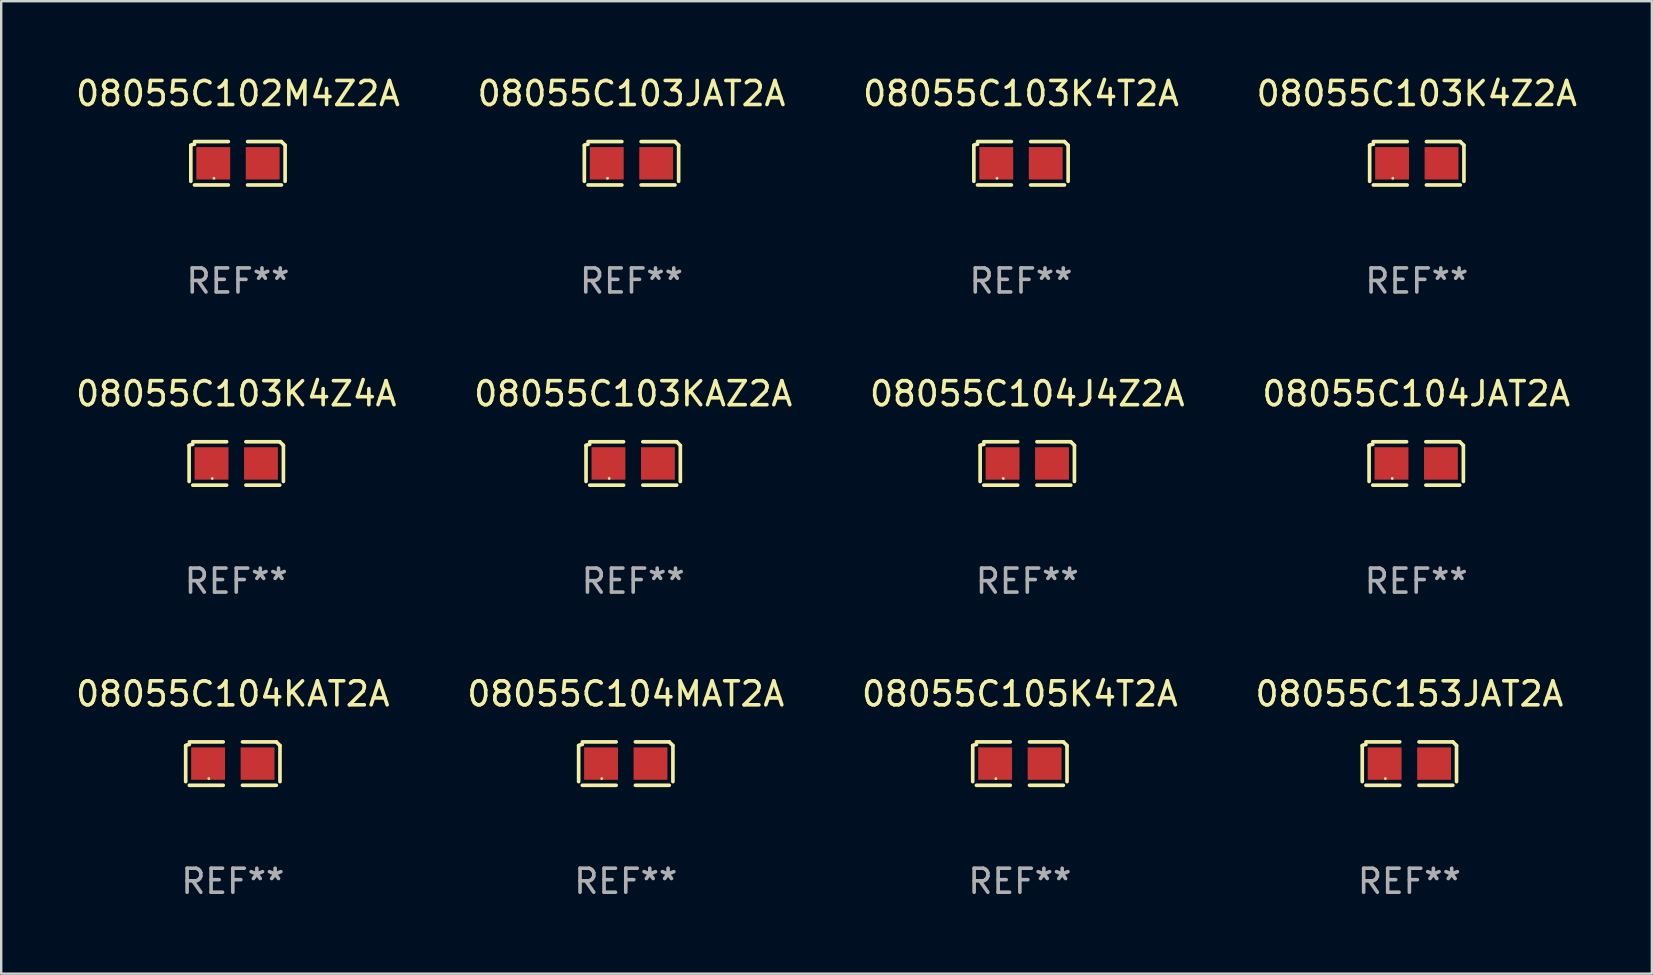
<source format=kicad_pcb>
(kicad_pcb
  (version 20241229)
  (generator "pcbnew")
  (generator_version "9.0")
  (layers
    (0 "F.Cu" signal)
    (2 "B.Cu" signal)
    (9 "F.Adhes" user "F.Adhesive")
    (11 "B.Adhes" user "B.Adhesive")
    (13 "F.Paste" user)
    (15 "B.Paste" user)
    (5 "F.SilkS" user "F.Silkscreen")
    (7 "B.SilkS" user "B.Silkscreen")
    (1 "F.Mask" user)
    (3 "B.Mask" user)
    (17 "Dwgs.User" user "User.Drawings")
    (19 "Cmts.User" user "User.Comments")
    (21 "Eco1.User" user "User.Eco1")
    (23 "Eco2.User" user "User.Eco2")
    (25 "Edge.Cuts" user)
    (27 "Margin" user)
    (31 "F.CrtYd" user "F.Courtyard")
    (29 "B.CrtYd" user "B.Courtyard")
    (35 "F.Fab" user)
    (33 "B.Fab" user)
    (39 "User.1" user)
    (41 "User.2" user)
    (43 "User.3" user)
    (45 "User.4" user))
  (footprint "08055C105K4T2A"
    (layer "F.Cu")
    (at 39.435 28.759)
    (property "Reference" "08055C105K4T2A" (at 0 -2.904 0) (layer "F.SilkS") (effects (font (size 1 1) (thickness 0.15))))
    (attr through_hole)
    (fp_line (start -1.964 0.751) (end -1.964 -0.751) (stroke (width 0.152) (type solid)) (layer "F.SilkS"))
    (fp_line (start -1.811 -0.904) (end -0.401 -0.904) (stroke (width 0.152) (type solid)) (layer "F.SilkS"))
    (fp_line (start -0.401 0.904) (end -1.811 0.904) (stroke (width 0.152) (type solid)) (layer "F.SilkS"))
    (fp_line (start 0.401 0.904) (end 1.811 0.904) (stroke (width 0.152) (type solid)) (layer "F.SilkS"))
    (fp_line (start 1.811 -0.904) (end 0.401 -0.904) (stroke (width 0.152) (type solid)) (layer "F.SilkS"))
    (fp_line (start 1.964 0.751) (end 1.964 -0.751) (stroke (width 0.152) (type solid)) (layer "F.SilkS"))
    (fp_arc (start -1.963602 -0.751207) (mid -1.890354 -0.783131) (end -1.811201 -0.794044) (stroke (width 0.1524) (type solid)) (layer "F.SilkS"))
    (fp_arc (start 1.811202 -0.903607) (mid 1.887413 -0.827418) (end 1.963602 -0.751207) (stroke (width 0.1524) (type solid)) (layer "F.SilkS"))
    (fp_circle (center -1 0.625) (end -0.97 0.625) (stroke (width 0.06) (type solid)) (fill no) (layer "F.SilkS"))
    (fp_text user "REF**" (at 0 4.904 0) (layer "F.Fab") (effects (font (size 1 1) (thickness 0.15))))
    (pad "1" smd rect (at -1.03 0) (size 1.41 1.35) (layers "F.Cu" "F.Mask" "F.Paste"))
    (pad "2" smd rect (at 1.03 0) (size 1.41 1.35) (layers "F.Cu" "F.Mask" "F.Paste")))
  (footprint "08055C102M4Z2A"
    (layer "F.Cu")
    (at 6.863 3.752)
    (property "Reference" "08055C102M4Z2A" (at 0 -2.904 0) (layer "F.SilkS") (effects (font (size 1 1) (thickness 0.15))))
    (attr through_hole)
    (fp_line (start -1.964 0.751) (end -1.964 -0.751) (stroke (width 0.152) (type solid)) (layer "F.SilkS"))
    (fp_line (start -1.811 -0.904) (end -0.401 -0.904) (stroke (width 0.152) (type solid)) (layer "F.SilkS"))
    (fp_line (start -0.401 0.904) (end -1.811 0.904) (stroke (width 0.152) (type solid)) (layer "F.SilkS"))
    (fp_line (start 0.401 0.904) (end 1.811 0.904) (stroke (width 0.152) (type solid)) (layer "F.SilkS"))
    (fp_line (start 1.811 -0.904) (end 0.401 -0.904) (stroke (width 0.152) (type solid)) (layer "F.SilkS"))
    (fp_line (start 1.964 0.751) (end 1.964 -0.751) (stroke (width 0.152) (type solid)) (layer "F.SilkS"))
    (fp_arc (start -1.963602 -0.751207) (mid -1.890354 -0.783131) (end -1.811201 -0.794044) (stroke (width 0.1524) (type solid)) (layer "F.SilkS"))
    (fp_arc (start 1.811202 -0.903607) (mid 1.887413 -0.827418) (end 1.963602 -0.751207) (stroke (width 0.1524) (type solid)) (layer "F.SilkS"))
    (fp_circle (center -1 0.625) (end -0.97 0.625) (stroke (width 0.06) (type solid)) (fill no) (layer "F.SilkS"))
    (fp_text user "REF**" (at 0 4.904 0) (layer "F.Fab") (effects (font (size 1 1) (thickness 0.15))))
    (pad "1" smd rect (at -1.03 0) (size 1.41 1.35) (layers "F.Cu" "F.Mask" "F.Paste"))
    (pad "2" smd rect (at 1.03 0) (size 1.41 1.35) (layers "F.Cu" "F.Mask" "F.Paste")))
  (footprint "08055C104JAT2A"
    (layer "F.Cu")
    (at 55.946 16.256)
    (property "Reference" "08055C104JAT2A" (at 0 -2.904 0) (layer "F.SilkS") (effects (font (size 1 1) (thickness 0.15))))
    (attr through_hole)
    (fp_line (start -1.964 0.751) (end -1.964 -0.751) (stroke (width 0.152) (type solid)) (layer "F.SilkS"))
    (fp_line (start -1.811 -0.904) (end -0.401 -0.904) (stroke (width 0.152) (type solid)) (layer "F.SilkS"))
    (fp_line (start -0.401 0.904) (end -1.811 0.904) (stroke (width 0.152) (type solid)) (layer "F.SilkS"))
    (fp_line (start 0.401 0.904) (end 1.811 0.904) (stroke (width 0.152) (type solid)) (layer "F.SilkS"))
    (fp_line (start 1.811 -0.904) (end 0.401 -0.904) (stroke (width 0.152) (type solid)) (layer "F.SilkS"))
    (fp_line (start 1.964 0.751) (end 1.964 -0.751) (stroke (width 0.152) (type solid)) (layer "F.SilkS"))
    (fp_arc (start -1.963602 -0.751207) (mid -1.890354 -0.783131) (end -1.811201 -0.794044) (stroke (width 0.1524) (type solid)) (layer "F.SilkS"))
    (fp_arc (start 1.811202 -0.903607) (mid 1.887413 -0.827418) (end 1.963602 -0.751207) (stroke (width 0.1524) (type solid)) (layer "F.SilkS"))
    (fp_circle (center -1 0.625) (end -0.97 0.625) (stroke (width 0.06) (type solid)) (fill no) (layer "F.SilkS"))
    (fp_text user "REF**" (at 0 4.904 0) (layer "F.Fab") (effects (font (size 1 1) (thickness 0.15))))
    (pad "1" smd rect (at -1.03 0) (size 1.41 1.35) (layers "F.Cu" "F.Mask" "F.Paste"))
    (pad "2" smd rect (at 1.03 0) (size 1.41 1.35) (layers "F.Cu" "F.Mask" "F.Paste")))
  (footprint "08055C153JAT2A"
    (layer "F.Cu")
    (at 55.661 28.759)
    (property "Reference" "08055C153JAT2A" (at 0 -2.904 0) (layer "F.SilkS") (effects (font (size 1 1) (thickness 0.15))))
    (attr through_hole)
    (fp_line (start -1.964 0.751) (end -1.964 -0.751) (stroke (width 0.152) (type solid)) (layer "F.SilkS"))
    (fp_line (start -1.811 -0.904) (end -0.401 -0.904) (stroke (width 0.152) (type solid)) (layer "F.SilkS"))
    (fp_line (start -0.401 0.904) (end -1.811 0.904) (stroke (width 0.152) (type solid)) (layer "F.SilkS"))
    (fp_line (start 0.401 0.904) (end 1.811 0.904) (stroke (width 0.152) (type solid)) (layer "F.SilkS"))
    (fp_line (start 1.811 -0.904) (end 0.401 -0.904) (stroke (width 0.152) (type solid)) (layer "F.SilkS"))
    (fp_line (start 1.964 0.751) (end 1.964 -0.751) (stroke (width 0.152) (type solid)) (layer "F.SilkS"))
    (fp_arc (start -1.963602 -0.751207) (mid -1.890354 -0.783131) (end -1.811201 -0.794044) (stroke (width 0.1524) (type solid)) (layer "F.SilkS"))
    (fp_arc (start 1.811202 -0.903607) (mid 1.887413 -0.827418) (end 1.963602 -0.751207) (stroke (width 0.1524) (type solid)) (layer "F.SilkS"))
    (fp_circle (center -1 0.625) (end -0.97 0.625) (stroke (width 0.06) (type solid)) (fill no) (layer "F.SilkS"))
    (fp_text user "REF**" (at 0 4.904 0) (layer "F.Fab") (effects (font (size 1 1) (thickness 0.15))))
    (pad "1" smd rect (at -1.03 0) (size 1.41 1.35) (layers "F.Cu" "F.Mask" "F.Paste"))
    (pad "2" smd rect (at 1.03 0) (size 1.41 1.35) (layers "F.Cu" "F.Mask" "F.Paste")))
  (footprint "08055C103KAZ2A"
    (layer "F.Cu")
    (at 23.327 16.256)
    (property "Reference" "08055C103KAZ2A" (at 0 -2.904 0) (layer "F.SilkS") (effects (font (size 1 1) (thickness 0.15))))
    (attr through_hole)
    (fp_line (start -1.964 0.751) (end -1.964 -0.751) (stroke (width 0.152) (type solid)) (layer "F.SilkS"))
    (fp_line (start -1.811 -0.904) (end -0.401 -0.904) (stroke (width 0.152) (type solid)) (layer "F.SilkS"))
    (fp_line (start -0.401 0.904) (end -1.811 0.904) (stroke (width 0.152) (type solid)) (layer "F.SilkS"))
    (fp_line (start 0.401 0.904) (end 1.811 0.904) (stroke (width 0.152) (type solid)) (layer "F.SilkS"))
    (fp_line (start 1.811 -0.904) (end 0.401 -0.904) (stroke (width 0.152) (type solid)) (layer "F.SilkS"))
    (fp_line (start 1.964 0.751) (end 1.964 -0.751) (stroke (width 0.152) (type solid)) (layer "F.SilkS"))
    (fp_arc (start -1.963602 -0.751207) (mid -1.890354 -0.783131) (end -1.811201 -0.794044) (stroke (width 0.1524) (type solid)) (layer "F.SilkS"))
    (fp_arc (start 1.811202 -0.903607) (mid 1.887413 -0.827418) (end 1.963602 -0.751207) (stroke (width 0.1524) (type solid)) (layer "F.SilkS"))
    (fp_circle (center -1 0.625) (end -0.97 0.625) (stroke (width 0.06) (type solid)) (fill no) (layer "F.SilkS"))
    (fp_text user "REF**" (at 0 4.904 0) (layer "F.Fab") (effects (font (size 1 1) (thickness 0.15))))
    (pad "1" smd rect (at -1.03 0) (size 1.41 1.35) (layers "F.Cu" "F.Mask" "F.Paste"))
    (pad "2" smd rect (at 1.03 0) (size 1.41 1.35) (layers "F.Cu" "F.Mask" "F.Paste")))
  (footprint "08055C104J4Z2A"
    (layer "F.Cu")
    (at 39.744 16.256)
    (property "Reference" "08055C104J4Z2A" (at 0 -2.904 0) (layer "F.SilkS") (effects (font (size 1 1) (thickness 0.15))))
    (attr through_hole)
    (fp_line (start -1.964 0.751) (end -1.964 -0.751) (stroke (width 0.152) (type solid)) (layer "F.SilkS"))
    (fp_line (start -1.811 -0.904) (end -0.401 -0.904) (stroke (width 0.152) (type solid)) (layer "F.SilkS"))
    (fp_line (start -0.401 0.904) (end -1.811 0.904) (stroke (width 0.152) (type solid)) (layer "F.SilkS"))
    (fp_line (start 0.401 0.904) (end 1.811 0.904) (stroke (width 0.152) (type solid)) (layer "F.SilkS"))
    (fp_line (start 1.811 -0.904) (end 0.401 -0.904) (stroke (width 0.152) (type solid)) (layer "F.SilkS"))
    (fp_line (start 1.964 0.751) (end 1.964 -0.751) (stroke (width 0.152) (type solid)) (layer "F.SilkS"))
    (fp_arc (start -1.963602 -0.751207) (mid -1.890354 -0.783131) (end -1.811201 -0.794044) (stroke (width 0.1524) (type solid)) (layer "F.SilkS"))
    (fp_arc (start 1.811202 -0.903607) (mid 1.887413 -0.827418) (end 1.963602 -0.751207) (stroke (width 0.1524) (type solid)) (layer "F.SilkS"))
    (fp_circle (center -1 0.625) (end -0.97 0.625) (stroke (width 0.06) (type solid)) (fill no) (layer "F.SilkS"))
    (fp_text user "REF**" (at 0 4.904 0) (layer "F.Fab") (effects (font (size 1 1) (thickness 0.15))))
    (pad "1" smd rect (at -1.03 0) (size 1.41 1.35) (layers "F.Cu" "F.Mask" "F.Paste"))
    (pad "2" smd rect (at 1.03 0) (size 1.41 1.35) (layers "F.Cu" "F.Mask" "F.Paste")))
  (footprint "08055C103JAT2A"
    (layer "F.Cu")
    (at 23.256 3.752)
    (property "Reference" "08055C103JAT2A" (at 0 -2.904 0) (layer "F.SilkS") (effects (font (size 1 1) (thickness 0.15))))
    (attr through_hole)
    (fp_line (start -1.964 0.751) (end -1.964 -0.751) (stroke (width 0.152) (type solid)) (layer "F.SilkS"))
    (fp_line (start -1.811 -0.904) (end -0.401 -0.904) (stroke (width 0.152) (type solid)) (layer "F.SilkS"))
    (fp_line (start -0.401 0.904) (end -1.811 0.904) (stroke (width 0.152) (type solid)) (layer "F.SilkS"))
    (fp_line (start 0.401 0.904) (end 1.811 0.904) (stroke (width 0.152) (type solid)) (layer "F.SilkS"))
    (fp_line (start 1.811 -0.904) (end 0.401 -0.904) (stroke (width 0.152) (type solid)) (layer "F.SilkS"))
    (fp_line (start 1.964 0.751) (end 1.964 -0.751) (stroke (width 0.152) (type solid)) (layer "F.SilkS"))
    (fp_arc (start -1.963602 -0.751207) (mid -1.890354 -0.783131) (end -1.811201 -0.794044) (stroke (width 0.1524) (type solid)) (layer "F.SilkS"))
    (fp_arc (start 1.811202 -0.903607) (mid 1.887413 -0.827418) (end 1.963602 -0.751207) (stroke (width 0.1524) (type solid)) (layer "F.SilkS"))
    (fp_circle (center -1 0.625) (end -0.97 0.625) (stroke (width 0.06) (type solid)) (fill no) (layer "F.SilkS"))
    (fp_text user "REF**" (at 0 4.904 0) (layer "F.Fab") (effects (font (size 1 1) (thickness 0.15))))
    (pad "1" smd rect (at -1.03 0) (size 1.41 1.35) (layers "F.Cu" "F.Mask" "F.Paste"))
    (pad "2" smd rect (at 1.03 0) (size 1.41 1.35) (layers "F.Cu" "F.Mask" "F.Paste")))
  (footprint "08055C104MAT2A"
    (layer "F.Cu")
    (at 23.018 28.759)
    (property "Reference" "08055C104MAT2A" (at 0 -2.904 0) (layer "F.SilkS") (effects (font (size 1 1) (thickness 0.15))))
    (attr through_hole)
    (fp_line (start -1.964 0.751) (end -1.964 -0.751) (stroke (width 0.152) (type solid)) (layer "F.SilkS"))
    (fp_line (start -1.811 -0.904) (end -0.401 -0.904) (stroke (width 0.152) (type solid)) (layer "F.SilkS"))
    (fp_line (start -0.401 0.904) (end -1.811 0.904) (stroke (width 0.152) (type solid)) (layer "F.SilkS"))
    (fp_line (start 0.401 0.904) (end 1.811 0.904) (stroke (width 0.152) (type solid)) (layer "F.SilkS"))
    (fp_line (start 1.811 -0.904) (end 0.401 -0.904) (stroke (width 0.152) (type solid)) (layer "F.SilkS"))
    (fp_line (start 1.964 0.751) (end 1.964 -0.751) (stroke (width 0.152) (type solid)) (layer "F.SilkS"))
    (fp_arc (start -1.963602 -0.751207) (mid -1.890354 -0.783131) (end -1.811201 -0.794044) (stroke (width 0.1524) (type solid)) (layer "F.SilkS"))
    (fp_arc (start 1.811202 -0.903607) (mid 1.887413 -0.827418) (end 1.963602 -0.751207) (stroke (width 0.1524) (type solid)) (layer "F.SilkS"))
    (fp_circle (center -1 0.625) (end -0.97 0.625) (stroke (width 0.06) (type solid)) (fill no) (layer "F.SilkS"))
    (fp_text user "REF**" (at 0 4.904 0) (layer "F.Fab") (effects (font (size 1 1) (thickness 0.15))))
    (pad "1" smd rect (at -1.03 0) (size 1.41 1.35) (layers "F.Cu" "F.Mask" "F.Paste"))
    (pad "2" smd rect (at 1.03 0) (size 1.41 1.35) (layers "F.Cu" "F.Mask" "F.Paste")))
  (footprint "08055C104KAT2A"
    (layer "F.Cu")
    (at 6.649 28.759)
    (property "Reference" "08055C104KAT2A" (at 0 -2.904 0) (layer "F.SilkS") (effects (font (size 1 1) (thickness 0.15))))
    (attr through_hole)
    (fp_line (start -1.964 0.751) (end -1.964 -0.751) (stroke (width 0.152) (type solid)) (layer "F.SilkS"))
    (fp_line (start -1.811 -0.904) (end -0.401 -0.904) (stroke (width 0.152) (type solid)) (layer "F.SilkS"))
    (fp_line (start -0.401 0.904) (end -1.811 0.904) (stroke (width 0.152) (type solid)) (layer "F.SilkS"))
    (fp_line (start 0.401 0.904) (end 1.811 0.904) (stroke (width 0.152) (type solid)) (layer "F.SilkS"))
    (fp_line (start 1.811 -0.904) (end 0.401 -0.904) (stroke (width 0.152) (type solid)) (layer "F.SilkS"))
    (fp_line (start 1.964 0.751) (end 1.964 -0.751) (stroke (width 0.152) (type solid)) (layer "F.SilkS"))
    (fp_arc (start -1.963602 -0.751207) (mid -1.890354 -0.783131) (end -1.811201 -0.794044) (stroke (width 0.1524) (type solid)) (layer "F.SilkS"))
    (fp_arc (start 1.811202 -0.903607) (mid 1.887413 -0.827418) (end 1.963602 -0.751207) (stroke (width 0.1524) (type solid)) (layer "F.SilkS"))
    (fp_circle (center -1 0.625) (end -0.97 0.625) (stroke (width 0.06) (type solid)) (fill no) (layer "F.SilkS"))
    (fp_text user "REF**" (at 0 4.904 0) (layer "F.Fab") (effects (font (size 1 1) (thickness 0.15))))
    (pad "1" smd rect (at -1.03 0) (size 1.41 1.35) (layers "F.Cu" "F.Mask" "F.Paste"))
    (pad "2" smd rect (at 1.03 0) (size 1.41 1.35) (layers "F.Cu" "F.Mask" "F.Paste")))
  (footprint "08055C103K4Z4A"
    (layer "F.Cu")
    (at 6.792 16.256)
    (property "Reference" "08055C103K4Z4A" (at 0 -2.904 0) (layer "F.SilkS") (effects (font (size 1 1) (thickness 0.15))))
    (attr through_hole)
    (fp_line (start -1.964 0.751) (end -1.964 -0.751) (stroke (width 0.152) (type solid)) (layer "F.SilkS"))
    (fp_line (start -1.811 -0.904) (end -0.401 -0.904) (stroke (width 0.152) (type solid)) (layer "F.SilkS"))
    (fp_line (start -0.401 0.904) (end -1.811 0.904) (stroke (width 0.152) (type solid)) (layer "F.SilkS"))
    (fp_line (start 0.401 0.904) (end 1.811 0.904) (stroke (width 0.152) (type solid)) (layer "F.SilkS"))
    (fp_line (start 1.811 -0.904) (end 0.401 -0.904) (stroke (width 0.152) (type solid)) (layer "F.SilkS"))
    (fp_line (start 1.964 0.751) (end 1.964 -0.751) (stroke (width 0.152) (type solid)) (layer "F.SilkS"))
    (fp_arc (start -1.963602 -0.751207) (mid -1.890354 -0.783131) (end -1.811201 -0.794044) (stroke (width 0.1524) (type solid)) (layer "F.SilkS"))
    (fp_arc (start 1.811202 -0.903607) (mid 1.887413 -0.827418) (end 1.963602 -0.751207) (stroke (width 0.1524) (type solid)) (layer "F.SilkS"))
    (fp_circle (center -1 0.625) (end -0.97 0.625) (stroke (width 0.06) (type solid)) (fill no) (layer "F.SilkS"))
    (fp_text user "REF**" (at 0 4.904 0) (layer "F.Fab") (effects (font (size 1 1) (thickness 0.15))))
    (pad "1" smd rect (at -1.03 0) (size 1.41 1.35) (layers "F.Cu" "F.Mask" "F.Paste"))
    (pad "2" smd rect (at 1.03 0) (size 1.41 1.35) (layers "F.Cu" "F.Mask" "F.Paste")))
  (footprint "08055C103K4Z2A"
    (layer "F.Cu")
    (at 55.97 3.752)
    (property "Reference" "08055C103K4Z2A" (at 0 -2.904 0) (layer "F.SilkS") (effects (font (size 1 1) (thickness 0.15))))
    (attr through_hole)
    (fp_line (start -1.964 0.751) (end -1.964 -0.751) (stroke (width 0.152) (type solid)) (layer "F.SilkS"))
    (fp_line (start -1.811 -0.904) (end -0.401 -0.904) (stroke (width 0.152) (type solid)) (layer "F.SilkS"))
    (fp_line (start -0.401 0.904) (end -1.811 0.904) (stroke (width 0.152) (type solid)) (layer "F.SilkS"))
    (fp_line (start 0.401 0.904) (end 1.811 0.904) (stroke (width 0.152) (type solid)) (layer "F.SilkS"))
    (fp_line (start 1.811 -0.904) (end 0.401 -0.904) (stroke (width 0.152) (type solid)) (layer "F.SilkS"))
    (fp_line (start 1.964 0.751) (end 1.964 -0.751) (stroke (width 0.152) (type solid)) (layer "F.SilkS"))
    (fp_arc (start -1.963602 -0.751207) (mid -1.890354 -0.783131) (end -1.811201 -0.794044) (stroke (width 0.1524) (type solid)) (layer "F.SilkS"))
    (fp_arc (start 1.811202 -0.903607) (mid 1.887413 -0.827418) (end 1.963602 -0.751207) (stroke (width 0.1524) (type solid)) (layer "F.SilkS"))
    (fp_circle (center -1 0.625) (end -0.97 0.625) (stroke (width 0.06) (type solid)) (fill no) (layer "F.SilkS"))
    (fp_text user "REF**" (at 0 4.904 0) (layer "F.Fab") (effects (font (size 1 1) (thickness 0.15))))
    (pad "1" smd rect (at -1.03 0) (size 1.41 1.35) (layers "F.Cu" "F.Mask" "F.Paste"))
    (pad "2" smd rect (at 1.03 0) (size 1.41 1.35) (layers "F.Cu" "F.Mask" "F.Paste")))
  (footprint "08055C103K4T2A"
    (layer "F.Cu")
    (at 39.482 3.752)
    (property "Reference" "08055C103K4T2A" (at 0 -2.904 0) (layer "F.SilkS") (effects (font (size 1 1) (thickness 0.15))))
    (attr through_hole)
    (fp_line (start -1.964 0.751) (end -1.964 -0.751) (stroke (width 0.152) (type solid)) (layer "F.SilkS"))
    (fp_line (start -1.811 -0.904) (end -0.401 -0.904) (stroke (width 0.152) (type solid)) (layer "F.SilkS"))
    (fp_line (start -0.401 0.904) (end -1.811 0.904) (stroke (width 0.152) (type solid)) (layer "F.SilkS"))
    (fp_line (start 0.401 0.904) (end 1.811 0.904) (stroke (width 0.152) (type solid)) (layer "F.SilkS"))
    (fp_line (start 1.811 -0.904) (end 0.401 -0.904) (stroke (width 0.152) (type solid)) (layer "F.SilkS"))
    (fp_line (start 1.964 0.751) (end 1.964 -0.751) (stroke (width 0.152) (type solid)) (layer "F.SilkS"))
    (fp_arc (start -1.963602 -0.751207) (mid -1.890354 -0.783131) (end -1.811201 -0.794044) (stroke (width 0.1524) (type solid)) (layer "F.SilkS"))
    (fp_arc (start 1.811202 -0.903607) (mid 1.887413 -0.827418) (end 1.963602 -0.751207) (stroke (width 0.1524) (type solid)) (layer "F.SilkS"))
    (fp_circle (center -1 0.625) (end -0.97 0.625) (stroke (width 0.06) (type solid)) (fill no) (layer "F.SilkS"))
    (fp_text user "REF**" (at 0 4.904 0) (layer "F.Fab") (effects (font (size 1 1) (thickness 0.15))))
    (pad "1" smd rect (at -1.03 0) (size 1.41 1.35) (layers "F.Cu" "F.Mask" "F.Paste"))
    (pad "2" smd rect (at 1.03 0) (size 1.41 1.35) (layers "F.Cu" "F.Mask" "F.Paste")))
  (gr_rect
    (start -3 -3)
    (end 65.762 37.511)
    (stroke (width 0.1) (type default))
    (fill no)
    (layer "Edge.Cuts")))
</source>
